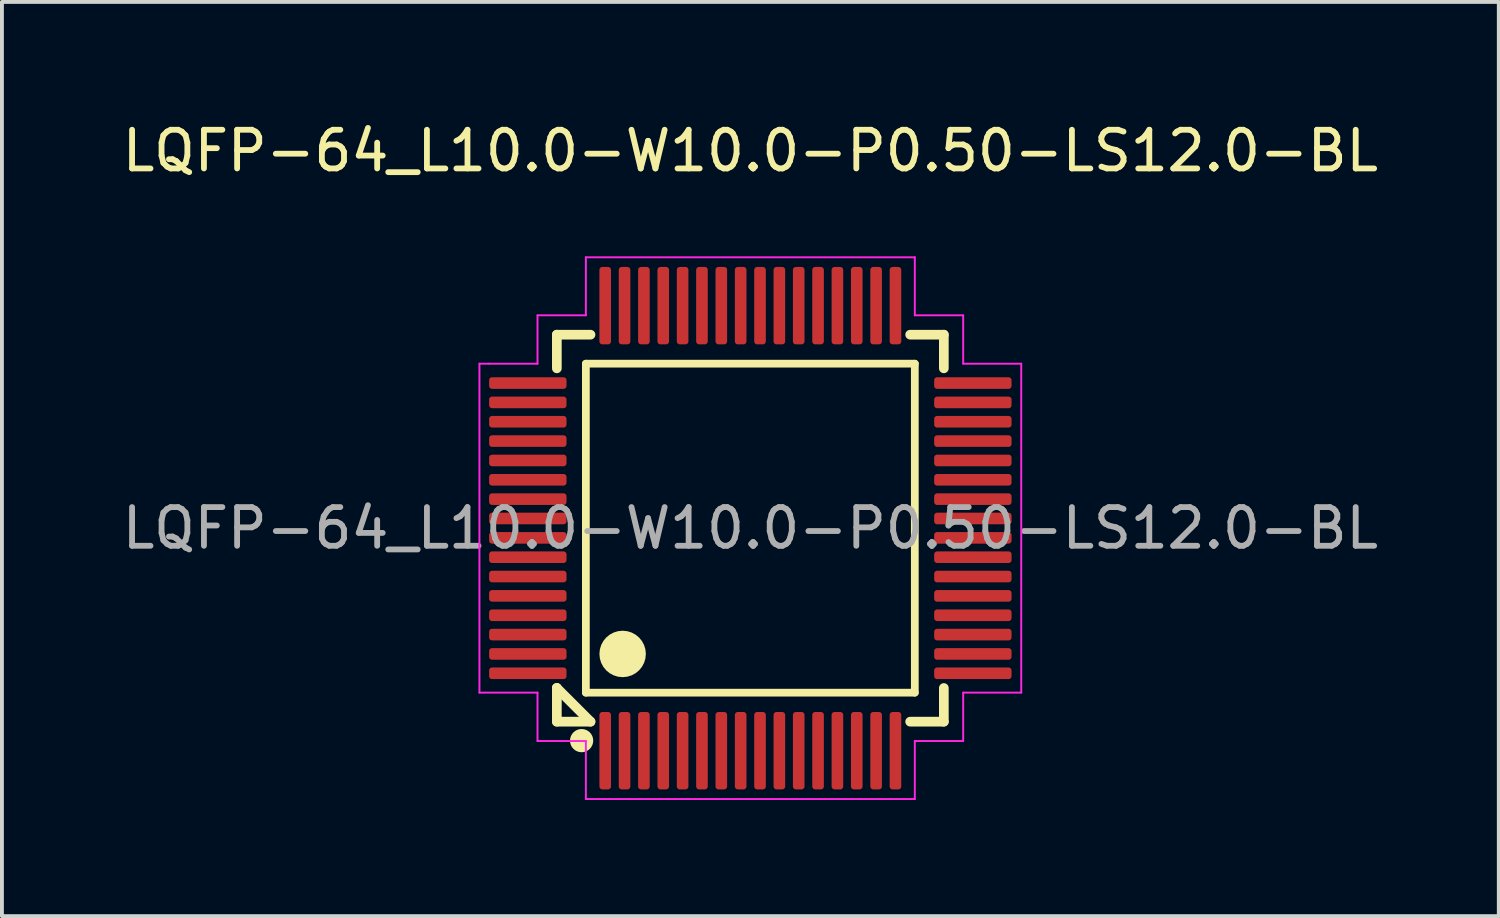
<source format=kicad_pcb>
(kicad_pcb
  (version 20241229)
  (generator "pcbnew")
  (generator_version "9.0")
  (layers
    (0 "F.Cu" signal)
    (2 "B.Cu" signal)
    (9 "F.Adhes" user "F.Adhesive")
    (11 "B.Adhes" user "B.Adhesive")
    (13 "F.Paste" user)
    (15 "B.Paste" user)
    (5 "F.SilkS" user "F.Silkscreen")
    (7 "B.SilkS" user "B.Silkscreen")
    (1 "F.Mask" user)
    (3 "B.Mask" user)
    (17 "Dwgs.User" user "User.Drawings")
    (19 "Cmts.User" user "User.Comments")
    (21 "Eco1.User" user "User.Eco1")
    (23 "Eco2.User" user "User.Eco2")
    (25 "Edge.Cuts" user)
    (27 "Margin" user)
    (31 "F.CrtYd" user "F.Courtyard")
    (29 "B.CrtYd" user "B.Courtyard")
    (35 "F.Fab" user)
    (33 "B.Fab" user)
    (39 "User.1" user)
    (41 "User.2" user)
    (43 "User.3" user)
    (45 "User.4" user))
  (footprint "LQFP-64_L10.0-W10.0-P0.50-LS12.0-BL"
    (layer "F.Cu")
    (at 16.339 10.598)
    (property "Reference" "LQFP-64_L10.0-W10.0-P0.50-LS12.0-BL" (at 0 -9.75 0) (layer "F.SilkS") (effects (font (size 1 1) (thickness 0.15))))
    (attr through_hole)
    (fp_line (start -5 -5) (end -4.13 -5) (stroke (width 0.25) (type solid)) (layer "F.SilkS"))
    (fp_line (start -5 -4.13) (end -5 -5) (stroke (width 0.25) (type solid)) (layer "F.SilkS"))
    (fp_line (start -5 4.13) (end -5 4.13) (stroke (width 0.25) (type solid)) (layer "F.SilkS"))
    (fp_line (start -5 4.13) (end -4.13 5) (stroke (width 0.25) (type solid)) (layer "F.SilkS"))
    (fp_line (start -5 5) (end -5 4.13) (stroke (width 0.25) (type solid)) (layer "F.SilkS"))
    (fp_line (start -4.25 -4.25) (end -4.25 4.25) (stroke (width 0.2) (type solid)) (layer "F.SilkS"))
    (fp_line (start -4.25 4.25) (end 4.25 4.25) (stroke (width 0.2) (type solid)) (layer "F.SilkS"))
    (fp_line (start -4.13 5) (end -5 5) (stroke (width 0.25) (type solid)) (layer "F.SilkS"))
    (fp_line (start 4.25 -4.25) (end -4.25 -4.25) (stroke (width 0.2) (type solid)) (layer "F.SilkS"))
    (fp_line (start 4.25 4.25) (end 4.25 -4.25) (stroke (width 0.2) (type solid)) (layer "F.SilkS"))
    (fp_line (start 5 -5) (end 4.13 -5) (stroke (width 0.25) (type solid)) (layer "F.SilkS"))
    (fp_line (start 5 -5) (end 5 -4.13) (stroke (width 0.25) (type solid)) (layer "F.SilkS"))
    (fp_line (start 5 4.13) (end 5 5) (stroke (width 0.25) (type solid)) (layer "F.SilkS"))
    (fp_line (start 5 5) (end 4.13 5) (stroke (width 0.25) (type solid)) (layer "F.SilkS"))
    (fp_arc (start -4.36 5.49) (mid -4.36 5.49) (end -4.36 5.49) (stroke (width 0.3) (type solid)) (layer "F.SilkS"))
    (fp_arc (start -3.3 3.25) (mid -3.3 3.25) (end -3.3 3.25) (stroke (width 0.6) (type solid)) (layer "F.SilkS"))
    (fp_line (start -7 -4.25) (end -6.75 -4.25) (stroke (width 0.05) (type default)) (layer "F.CrtYd"))
    (fp_line (start -7 4.25) (end -7 -4.25) (stroke (width 0.05) (type default)) (layer "F.CrtYd"))
    (fp_line (start -6.75 -4.25) (end -5.5 -4.25) (stroke (width 0.05) (type default)) (layer "F.CrtYd"))
    (fp_line (start -5.5 -5.5) (end -4.25 -5.5) (stroke (width 0.05) (type default)) (layer "F.CrtYd"))
    (fp_line (start -5.5 -4.25) (end -5.5 -5.5) (stroke (width 0.05) (type default)) (layer "F.CrtYd"))
    (fp_line (start -5.5 4.25) (end -7 4.25) (stroke (width 0.05) (type default)) (layer "F.CrtYd"))
    (fp_line (start -5.5 5.5) (end -5.5 4.25) (stroke (width 0.05) (type default)) (layer "F.CrtYd"))
    (fp_line (start -4.25 -7) (end 4.25 -7) (stroke (width 0.05) (type default)) (layer "F.CrtYd"))
    (fp_line (start -4.25 -5.5) (end -4.25 -7) (stroke (width 0.05) (type default)) (layer "F.CrtYd"))
    (fp_line (start -4.25 5.5) (end -5.5 5.5) (stroke (width 0.05) (type default)) (layer "F.CrtYd"))
    (fp_line (start -4.25 7) (end -4.25 5.5) (stroke (width 0.05) (type default)) (layer "F.CrtYd"))
    (fp_line (start 4.25 -7) (end 4.25 -5.5) (stroke (width 0.05) (type default)) (layer "F.CrtYd"))
    (fp_line (start 4.25 -5.5) (end 5.5 -5.5) (stroke (width 0.05) (type default)) (layer "F.CrtYd"))
    (fp_line (start 4.25 5.5) (end 4.25 7) (stroke (width 0.05) (type default)) (layer "F.CrtYd"))
    (fp_line (start 4.25 7) (end -4.25 7) (stroke (width 0.05) (type default)) (layer "F.CrtYd"))
    (fp_line (start 5.5 -5.5) (end 5.5 -4.25) (stroke (width 0.05) (type default)) (layer "F.CrtYd"))
    (fp_line (start 5.5 -4.25) (end 7 -4.25) (stroke (width 0.05) (type default)) (layer "F.CrtYd"))
    (fp_line (start 5.5 4.25) (end 5.5 5.5) (stroke (width 0.05) (type default)) (layer "F.CrtYd"))
    (fp_line (start 5.5 5.5) (end 4.25 5.5) (stroke (width 0.05) (type default)) (layer "F.CrtYd"))
    (fp_line (start 7 -4.25) (end 7 4.25) (stroke (width 0.05) (type default)) (layer "F.CrtYd"))
    (fp_line (start 7 4.25) (end 5.5 4.25) (stroke (width 0.05) (type default)) (layer "F.CrtYd"))
    (fp_text user "${REFERENCE}" (at 0 0 0) (layer "F.Fab") (effects (font (size 1 1) (thickness 0.15))))
    (pad "1" smd roundrect (at -3.75 5.75) (size 0.3 2) (layers "F.Cu" "F.Mask" "F.Paste") (roundrect_rratio 0.25))
    (pad "2" smd roundrect (at -3.25 5.75) (size 0.3 2) (layers "F.Cu" "F.Mask" "F.Paste") (roundrect_rratio 0.25))
    (pad "3" smd roundrect (at -2.75 5.75) (size 0.3 2) (layers "F.Cu" "F.Mask" "F.Paste") (roundrect_rratio 0.25))
    (pad "4" smd roundrect (at -2.25 5.75) (size 0.3 2) (layers "F.Cu" "F.Mask" "F.Paste") (roundrect_rratio 0.25))
    (pad "5" smd roundrect (at -1.75 5.75) (size 0.3 2) (layers "F.Cu" "F.Mask" "F.Paste") (roundrect_rratio 0.25))
    (pad "6" smd roundrect (at -1.25 5.75) (size 0.3 2) (layers "F.Cu" "F.Mask" "F.Paste") (roundrect_rratio 0.25))
    (pad "7" smd roundrect (at -0.75 5.75) (size 0.3 2) (layers "F.Cu" "F.Mask" "F.Paste") (roundrect_rratio 0.25))
    (pad "8" smd roundrect (at -0.25 5.75) (size 0.3 2) (layers "F.Cu" "F.Mask" "F.Paste") (roundrect_rratio 0.25))
    (pad "9" smd roundrect (at 0.25 5.75) (size 0.3 2) (layers "F.Cu" "F.Mask" "F.Paste") (roundrect_rratio 0.25))
    (pad "10" smd roundrect (at 0.75 5.75) (size 0.3 2) (layers "F.Cu" "F.Mask" "F.Paste") (roundrect_rratio 0.25))
    (pad "11" smd roundrect (at 1.25 5.75) (size 0.3 2) (layers "F.Cu" "F.Mask" "F.Paste") (roundrect_rratio 0.25))
    (pad "12" smd roundrect (at 1.75 5.75) (size 0.3 2) (layers "F.Cu" "F.Mask" "F.Paste") (roundrect_rratio 0.25))
    (pad "13" smd roundrect (at 2.25 5.75) (size 0.3 2) (layers "F.Cu" "F.Mask" "F.Paste") (roundrect_rratio 0.25))
    (pad "14" smd roundrect (at 2.75 5.75) (size 0.3 2) (layers "F.Cu" "F.Mask" "F.Paste") (roundrect_rratio 0.25))
    (pad "15" smd roundrect (at 3.25 5.75) (size 0.3 2) (layers "F.Cu" "F.Mask" "F.Paste") (roundrect_rratio 0.25))
    (pad "16" smd roundrect (at 3.75 5.75) (size 0.3 2) (layers "F.Cu" "F.Mask" "F.Paste") (roundrect_rratio 0.25))
    (pad "17" smd roundrect (at 5.75 3.75) (size 2 0.3) (layers "F.Cu" "F.Mask" "F.Paste") (roundrect_rratio 0.25))
    (pad "18" smd roundrect (at 5.75 3.25) (size 2 0.3) (layers "F.Cu" "F.Mask" "F.Paste") (roundrect_rratio 0.25))
    (pad "19" smd roundrect (at 5.75 2.75) (size 2 0.3) (layers "F.Cu" "F.Mask" "F.Paste") (roundrect_rratio 0.25))
    (pad "20" smd roundrect (at 5.75 2.25) (size 2 0.3) (layers "F.Cu" "F.Mask" "F.Paste") (roundrect_rratio 0.25))
    (pad "21" smd roundrect (at 5.75 1.75) (size 2 0.3) (layers "F.Cu" "F.Mask" "F.Paste") (roundrect_rratio 0.25))
    (pad "22" smd roundrect (at 5.75 1.25) (size 2 0.3) (layers "F.Cu" "F.Mask" "F.Paste") (roundrect_rratio 0.25))
    (pad "23" smd roundrect (at 5.75 0.75) (size 2 0.3) (layers "F.Cu" "F.Mask" "F.Paste") (roundrect_rratio 0.25))
    (pad "24" smd roundrect (at 5.75 0.25) (size 2 0.3) (layers "F.Cu" "F.Mask" "F.Paste") (roundrect_rratio 0.25))
    (pad "25" smd roundrect (at 5.75 -0.25) (size 2 0.3) (layers "F.Cu" "F.Mask" "F.Paste") (roundrect_rratio 0.25))
    (pad "26" smd roundrect (at 5.75 -0.75) (size 2 0.3) (layers "F.Cu" "F.Mask" "F.Paste") (roundrect_rratio 0.25))
    (pad "27" smd roundrect (at 5.75 -1.25) (size 2 0.3) (layers "F.Cu" "F.Mask" "F.Paste") (roundrect_rratio 0.25))
    (pad "28" smd roundrect (at 5.75 -1.75) (size 2 0.3) (layers "F.Cu" "F.Mask" "F.Paste") (roundrect_rratio 0.25))
    (pad "29" smd roundrect (at 5.75 -2.25) (size 2 0.3) (layers "F.Cu" "F.Mask" "F.Paste") (roundrect_rratio 0.25))
    (pad "30" smd roundrect (at 5.75 -2.75) (size 2 0.3) (layers "F.Cu" "F.Mask" "F.Paste") (roundrect_rratio 0.25))
    (pad "31" smd roundrect (at 5.75 -3.25) (size 2 0.3) (layers "F.Cu" "F.Mask" "F.Paste") (roundrect_rratio 0.25))
    (pad "32" smd roundrect (at 5.75 -3.75) (size 2 0.3) (layers "F.Cu" "F.Mask" "F.Paste") (roundrect_rratio 0.25))
    (pad "33" smd roundrect (at 3.75 -5.75) (size 0.3 2) (layers "F.Cu" "F.Mask" "F.Paste") (roundrect_rratio 0.25))
    (pad "34" smd roundrect (at 3.25 -5.75) (size 0.3 2) (layers "F.Cu" "F.Mask" "F.Paste") (roundrect_rratio 0.25))
    (pad "35" smd roundrect (at 2.75 -5.75) (size 0.3 2) (layers "F.Cu" "F.Mask" "F.Paste") (roundrect_rratio 0.25))
    (pad "36" smd roundrect (at 2.25 -5.75) (size 0.3 2) (layers "F.Cu" "F.Mask" "F.Paste") (roundrect_rratio 0.25))
    (pad "37" smd roundrect (at 1.75 -5.75) (size 0.3 2) (layers "F.Cu" "F.Mask" "F.Paste") (roundrect_rratio 0.25))
    (pad "38" smd roundrect (at 1.25 -5.75) (size 0.3 2) (layers "F.Cu" "F.Mask" "F.Paste") (roundrect_rratio 0.25))
    (pad "39" smd roundrect (at 0.75 -5.75) (size 0.3 2) (layers "F.Cu" "F.Mask" "F.Paste") (roundrect_rratio 0.25))
    (pad "40" smd roundrect (at 0.25 -5.75) (size 0.3 2) (layers "F.Cu" "F.Mask" "F.Paste") (roundrect_rratio 0.25))
    (pad "41" smd roundrect (at -0.25 -5.75) (size 0.3 2) (layers "F.Cu" "F.Mask" "F.Paste") (roundrect_rratio 0.25))
    (pad "42" smd roundrect (at -0.75 -5.75) (size 0.3 2) (layers "F.Cu" "F.Mask" "F.Paste") (roundrect_rratio 0.25))
    (pad "43" smd roundrect (at -1.25 -5.75) (size 0.3 2) (layers "F.Cu" "F.Mask" "F.Paste") (roundrect_rratio 0.25))
    (pad "44" smd roundrect (at -1.75 -5.75) (size 0.3 2) (layers "F.Cu" "F.Mask" "F.Paste") (roundrect_rratio 0.25))
    (pad "45" smd roundrect (at -2.25 -5.75) (size 0.3 2) (layers "F.Cu" "F.Mask" "F.Paste") (roundrect_rratio 0.25))
    (pad "46" smd roundrect (at -2.75 -5.75) (size 0.3 2) (layers "F.Cu" "F.Mask" "F.Paste") (roundrect_rratio 0.25))
    (pad "47" smd roundrect (at -3.25 -5.75) (size 0.3 2) (layers "F.Cu" "F.Mask" "F.Paste") (roundrect_rratio 0.25))
    (pad "48" smd roundrect (at -3.75 -5.75) (size 0.3 2) (layers "F.Cu" "F.Mask" "F.Paste") (roundrect_rratio 0.25))
    (pad "49" smd roundrect (at -5.75 -3.75) (size 2 0.3) (layers "F.Cu" "F.Mask" "F.Paste") (roundrect_rratio 0.25))
    (pad "50" smd roundrect (at -5.75 -3.25) (size 2 0.3) (layers "F.Cu" "F.Mask" "F.Paste") (roundrect_rratio 0.25))
    (pad "51" smd roundrect (at -5.75 -2.75) (size 2 0.3) (layers "F.Cu" "F.Mask" "F.Paste") (roundrect_rratio 0.25))
    (pad "52" smd roundrect (at -5.75 -2.25) (size 2 0.3) (layers "F.Cu" "F.Mask" "F.Paste") (roundrect_rratio 0.25))
    (pad "53" smd roundrect (at -5.75 -1.75) (size 2 0.3) (layers "F.Cu" "F.Mask" "F.Paste") (roundrect_rratio 0.25))
    (pad "54" smd roundrect (at -5.75 -1.25) (size 2 0.3) (layers "F.Cu" "F.Mask" "F.Paste") (roundrect_rratio 0.25))
    (pad "55" smd roundrect (at -5.75 -0.75) (size 2 0.3) (layers "F.Cu" "F.Mask" "F.Paste") (roundrect_rratio 0.25))
    (pad "56" smd roundrect (at -5.75 -0.25) (size 2 0.3) (layers "F.Cu" "F.Mask" "F.Paste") (roundrect_rratio 0.25))
    (pad "57" smd roundrect (at -5.75 0.25) (size 2 0.3) (layers "F.Cu" "F.Mask" "F.Paste") (roundrect_rratio 0.25))
    (pad "58" smd roundrect (at -5.75 0.75) (size 2 0.3) (layers "F.Cu" "F.Mask" "F.Paste") (roundrect_rratio 0.25))
    (pad "59" smd roundrect (at -5.75 1.25) (size 2 0.3) (layers "F.Cu" "F.Mask" "F.Paste") (roundrect_rratio 0.25))
    (pad "60" smd roundrect (at -5.75 1.75) (size 2 0.3) (layers "F.Cu" "F.Mask" "F.Paste") (roundrect_rratio 0.25))
    (pad "61" smd roundrect (at -5.75 2.25) (size 2 0.3) (layers "F.Cu" "F.Mask" "F.Paste") (roundrect_rratio 0.25))
    (pad "62" smd roundrect (at -5.75 2.75) (size 2 0.3) (layers "F.Cu" "F.Mask" "F.Paste") (roundrect_rratio 0.25))
    (pad "63" smd roundrect (at -5.75 3.25) (size 2 0.3) (layers "F.Cu" "F.Mask" "F.Paste") (roundrect_rratio 0.25))
    (pad "64" smd roundrect (at -5.75 3.75) (size 2 0.3) (layers "F.Cu" "F.Mask" "F.Paste") (roundrect_rratio 0.25)))
  (gr_rect
    (start -3 -3)
    (end 35.679 20.623)
    (stroke (width 0.1) (type default))
    (fill no)
    (layer "Edge.Cuts")))
</source>
